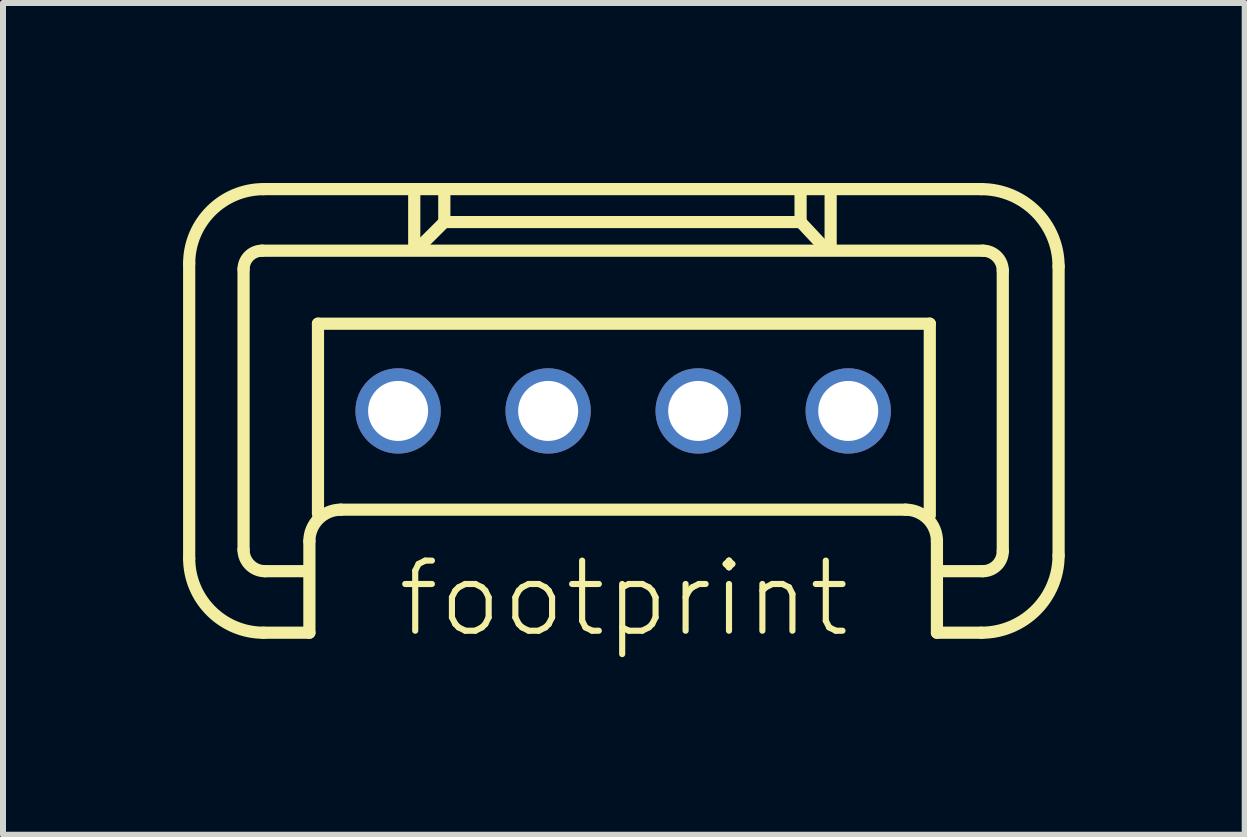
<source format=kicad_pcb>
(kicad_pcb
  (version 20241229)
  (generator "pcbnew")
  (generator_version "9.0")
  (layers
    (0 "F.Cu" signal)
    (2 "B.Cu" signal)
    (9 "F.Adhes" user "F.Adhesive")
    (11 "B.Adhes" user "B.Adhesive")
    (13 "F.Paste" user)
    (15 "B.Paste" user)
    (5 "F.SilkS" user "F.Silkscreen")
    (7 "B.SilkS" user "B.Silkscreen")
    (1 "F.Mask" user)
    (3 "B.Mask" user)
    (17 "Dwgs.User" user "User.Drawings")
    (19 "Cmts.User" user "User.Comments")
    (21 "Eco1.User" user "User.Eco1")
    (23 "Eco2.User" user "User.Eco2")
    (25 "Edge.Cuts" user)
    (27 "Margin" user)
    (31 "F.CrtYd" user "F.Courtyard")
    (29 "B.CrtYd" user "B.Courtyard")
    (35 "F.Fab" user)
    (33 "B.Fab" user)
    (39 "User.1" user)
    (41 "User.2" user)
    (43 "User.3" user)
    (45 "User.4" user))
  (footprint "footprint"
    (layer "F.Cu")
    (at 7.333 3.797)
    (property "Reference" "footprint" (at -3.81 3.81 0) (layer "F.SilkS") (effects (font (size 1.168 1.168) (thickness 0.102)) (justify left bottom)))
    (fp_line (start -7.231 2.456) (end -7.231 -2.456) (stroke (width 0.203) (type solid)) (layer "F.SilkS"))
    (fp_line (start -6.325 2.313) (end -6.325 -2.361) (stroke (width 0.203) (type solid)) (layer "F.SilkS"))
    (fp_line (start -6.015 -2.67) (end 5.991 -2.67) (stroke (width 0.203) (type solid)) (layer "F.SilkS"))
    (fp_line (start -5.991 -3.696) (end 5.967 -3.696) (stroke (width 0.203) (type solid)) (layer "F.SilkS"))
    (fp_line (start -5.252 2.67) (end -5.967 2.67) (stroke (width 0.203) (type solid)) (layer "F.SilkS"))
    (fp_line (start -5.228 2.17) (end -5.228 3.695) (stroke (width 0.203) (type solid)) (layer "F.SilkS"))
    (fp_line (start -5.228 3.695) (end -5.991 3.695) (stroke (width 0.203) (type solid)) (layer "F.SilkS"))
    (fp_line (start -5.085 -1.454) (end 5.109 -1.454) (stroke (width 0.203) (type solid)) (layer "F.SilkS"))
    (fp_line (start -5.085 1.716) (end -5.085 -1.454) (stroke (width 0.203) (type solid)) (layer "F.SilkS"))
    (fp_line (start -3.481 -3.648) (end -3.481 -2.742) (stroke (width 0.203) (type solid)) (layer "F.SilkS"))
    (fp_line (start -3.004 -3.123) (end -3.386 -2.742) (stroke (width 0.203) (type solid)) (layer "F.SilkS"))
    (fp_line (start -2.98 -3.147) (end -2.98 -3.624) (stroke (width 0.203) (type solid)) (layer "F.SilkS"))
    (fp_line (start 2.956 -3.672) (end 2.956 -3.147) (stroke (width 0.203) (type solid)) (layer "F.SilkS"))
    (fp_line (start 2.956 -3.147) (end -2.98 -3.147) (stroke (width 0.203) (type solid)) (layer "F.SilkS"))
    (fp_line (start 2.98 -3.123) (end 3.314 -2.766) (stroke (width 0.203) (type solid)) (layer "F.SilkS"))
    (fp_line (start 3.457 -3.624) (end 3.457 -2.742) (stroke (width 0.203) (type solid)) (layer "F.SilkS"))
    (fp_line (start 4.704 1.645) (end -4.704 1.645) (stroke (width 0.203) (type solid)) (layer "F.SilkS"))
    (fp_line (start 5.109 -1.454) (end 5.109 1.74) (stroke (width 0.203) (type solid)) (layer "F.SilkS"))
    (fp_line (start 5.228 3.695) (end 5.228 2.17) (stroke (width 0.203) (type solid)) (layer "F.SilkS"))
    (fp_line (start 5.967 3.695) (end 5.228 3.695) (stroke (width 0.203) (type solid)) (layer "F.SilkS"))
    (fp_line (start 5.991 2.67) (end 5.324 2.67) (stroke (width 0.203) (type solid)) (layer "F.SilkS"))
    (fp_line (start 6.325 -2.337) (end 6.325 2.336) (stroke (width 0.203) (type solid)) (layer "F.SilkS"))
    (fp_line (start 7.255 -2.408) (end 7.255 2.408) (stroke (width 0.203) (type solid)) (layer "F.SilkS"))
    (fp_arc (start -7.231 -2.4558) (mid -6.867871 -3.332471) (end -5.9912 -3.6956) (stroke (width 0.2032) (type solid)) (layer "F.SilkS"))
    (fp_arc (start -6.325 -2.3605) (mid -6.234232 -2.579632) (end -6.0151 -2.6704) (stroke (width 0.2032) (type solid)) (layer "F.SilkS"))
    (fp_arc (start -5.9912 3.6954) (mid -6.867871 3.332271) (end -7.231 2.4556) (stroke (width 0.2032) (type solid)) (layer "F.SilkS"))
    (fp_arc (start -5.9674 2.6702) (mid -6.220261 2.565461) (end -6.325 2.3126) (stroke (width 0.2032) (type solid)) (layer "F.SilkS"))
    (fp_arc (start -5.2283 2.1695) (mid -5.074678 1.798622) (end -4.7038 1.645) (stroke (width 0.2032) (type solid)) (layer "F.SilkS"))
    (fp_arc (start 4.7036 1.645) (mid 5.074478 1.798622) (end 5.2281 2.1695) (stroke (width 0.2032) (type solid)) (layer "F.SilkS"))
    (fp_arc (start 5.9672 -3.6956) (mid 6.8776 -3.3185) (end 7.2547 -2.4081) (stroke (width 0.2032) (type solid)) (layer "F.SilkS"))
    (fp_arc (start 5.9911 -2.6704) (mid 6.227132 -2.572632) (end 6.3249 -2.3366) (stroke (width 0.2032) (type solid)) (layer "F.SilkS"))
    (fp_arc (start 6.3249 2.3364) (mid 6.227132 2.572432) (end 5.9911 2.6702) (stroke (width 0.2032) (type solid)) (layer "F.SilkS"))
    (fp_arc (start 7.2547 2.4079) (mid 6.8776 3.3183) (end 5.9672 3.6954) (stroke (width 0.2032) (type solid)) (layer "F.SilkS"))
    (pad "1" thru_hole circle (at -3.75 0) (size 1.422 1.422) (drill 1) (layers "*.Cu" "*.Mask"))
    (pad "2" thru_hole circle (at -1.25 0) (size 1.422 1.422) (drill 1) (layers "*.Cu" "*.Mask"))
    (pad "3" thru_hole circle (at 1.25 0) (size 1.422 1.422) (drill 1) (layers "*.Cu" "*.Mask"))
    (pad "4" thru_hole circle (at 3.75 0) (size 1.422 1.422) (drill 1) (layers "*.Cu" "*.Mask")))
  (gr_rect
    (start -3 -3)
    (end 17.689 10.858)
    (stroke (width 0.1) (type default))
    (fill no)
    (layer "Edge.Cuts")))
</source>
